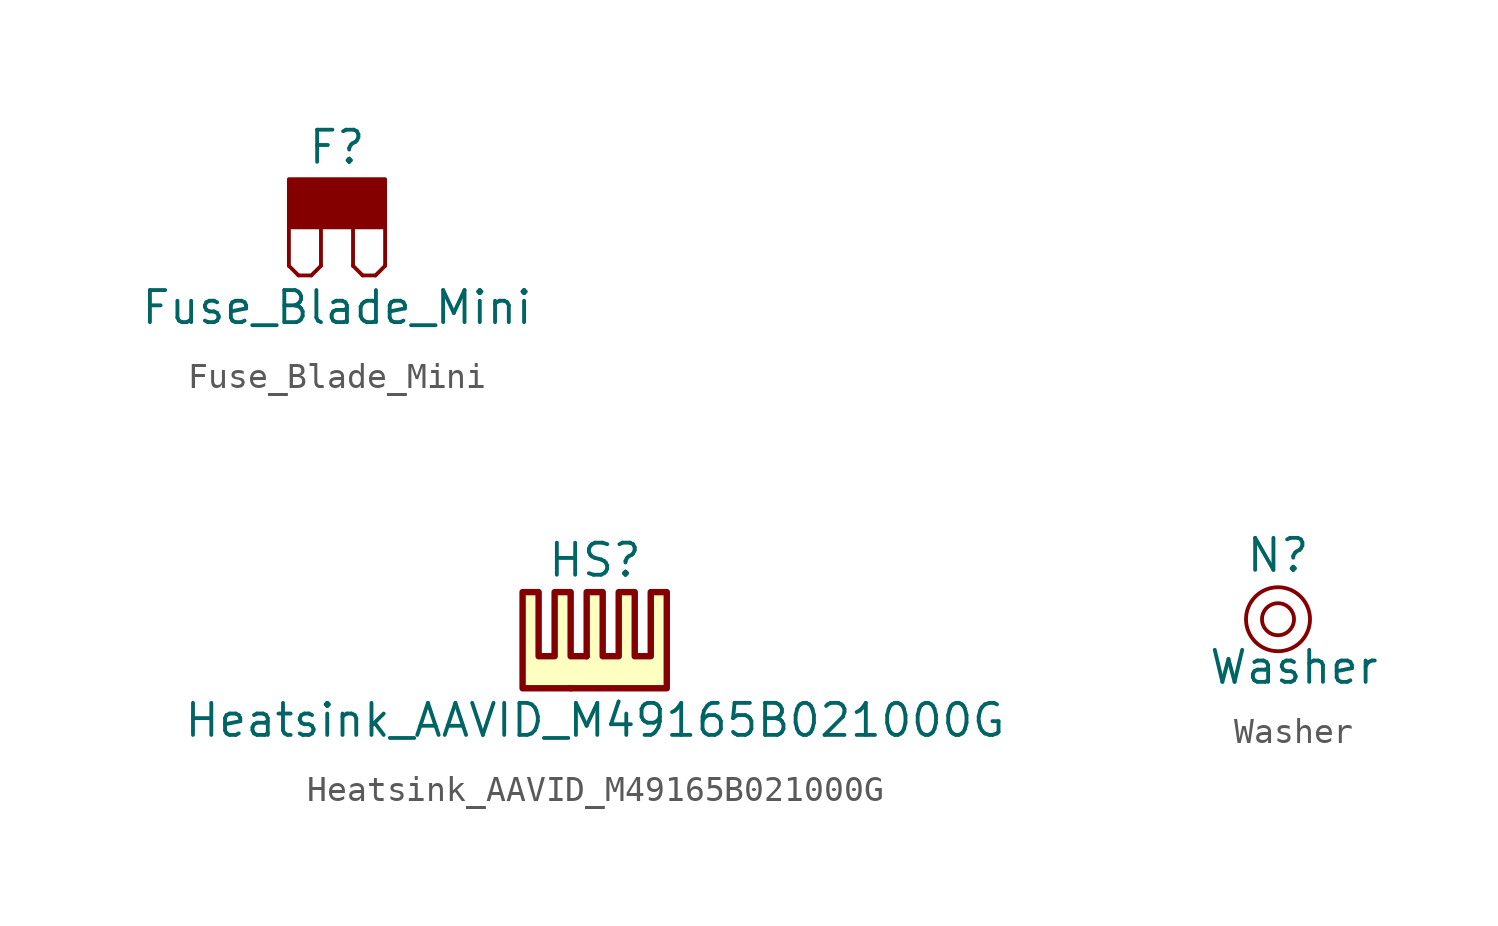
<source format=kicad_sym>
(kicad_symbol_lib
  (version 20211014)
  (generator kicad_symbol_editor)
  (symbol "Fuse_Blade_Mini"
    (property "Reference" "F"
      (at 0 3.175 0)
      (effects (font (size 1.27 1.27))))
    (property "Value" "Fuse_Blade_Mini"
      (at 0 -3.175 0)
      (effects (font (size 1.27 1.27))))
    (symbol "Fuse_Blade_Mini_0_1"
      (rectangle (start -1.905 1.905) (end 1.905 0) (stroke (width 0) (type default) (color 0 0 0 0)) (fill (type outline)))
      (polyline (pts (xy -1.905 -1.524) (xy -1.524 -1.905)) (stroke (width 0) (type default) (color 0 0 0 0)) (fill (type none)))
      (polyline (pts (xy -1.905 0) (xy -1.905 -1.524)) (stroke (width 0) (type default) (color 0 0 0 0)) (fill (type none)))
      (polyline (pts (xy -1.524 -1.905) (xy -1.016 -1.905)) (stroke (width 0) (type default) (color 0 0 0 0)) (fill (type none)))
      (polyline (pts (xy -0.635 -1.524) (xy -1.016 -1.905)) (stroke (width 0) (type default) (color 0 0 0 0)) (fill (type none)))
      (polyline (pts (xy -0.635 0) (xy -0.635 -1.524)) (stroke (width 0) (type default) (color 0 0 0 0)) (fill (type none)))
      (polyline (pts (xy 0.635 -1.524) (xy 1.016 -1.905)) (stroke (width 0) (type default) (color 0 0 0 0)) (fill (type none)))
      (polyline (pts (xy 0.635 0) (xy 0.635 -1.524)) (stroke (width 0) (type default) (color 0 0 0 0)) (fill (type none)))
      (polyline (pts (xy 1.016 -1.905) (xy 1.524 -1.905)) (stroke (width 0) (type default) (color 0 0 0 0)) (fill (type none)))
      (polyline (pts (xy 1.905 -1.524) (xy 1.524 -1.905)) (stroke (width 0) (type default) (color 0 0 0 0)) (fill (type none)))
      (polyline (pts (xy 1.905 0) (xy 1.905 -1.524)) (stroke (width 0) (type default) (color 0 0 0 0)) (fill (type none)))))
  (symbol "Heatsink_AAVID_M49165B021000G"
    (pin_names
      (offset 1.016))
    (property "Reference" "HS"
      (at 0 5.08 0)
      (effects (font (size 1.27 1.27))))
    (property "Value" "Heatsink_AAVID_M49165B021000G"
      (at 0 -1.27 0)
      (effects (font (size 1.27 1.27))))
    (symbol "Heatsink_AAVID_M49165B021000G_0_1"
      (polyline (pts (xy -0.33 1.27) (xy -0.965 1.27) (xy -0.965 3.81) (xy -1.6 3.81) (xy -1.6 1.27) (xy -2.235 1.27) (xy -2.235 3.81) (xy -2.87 3.81) (xy -2.87 0) (xy -0.965 0)) (stroke (width 0.254) (type default) (color 0 0 0 0)) (fill (type background)))
      (polyline (pts (xy -0.33 1.27) (xy -0.33 3.81) (xy 0.305 3.81) (xy 0.305 1.27) (xy 0.94 1.27) (xy 0.94 3.81) (xy 1.575 3.81) (xy 1.575 1.27) (xy 2.21 1.27) (xy 2.21 3.81) (xy 2.845 3.81) (xy 2.845 0) (xy -0.965 0)) (stroke (width 0.254) (type default) (color 0 0 0 0)) (fill (type background)))))
  (symbol "Washer"
    (property "Reference" "N"
      (at 0 2.54 0)
      (effects (font (size 1.27 1.27))))
    (property "Value" "Washer"
      (at 0.635 -1.905 0)
      (effects (font (size 1.27 1.27))))
    (symbol "Washer_0_1"
      (circle (center 0 0) (radius 0.635) (stroke (width 0) (type default) (color 0 0 0 0)) (fill (type none)))
      (circle (center 0 0) (radius 1.27) (stroke (width 0) (type default) (color 0 0 0 0)) (fill (type none))))))
</source>
